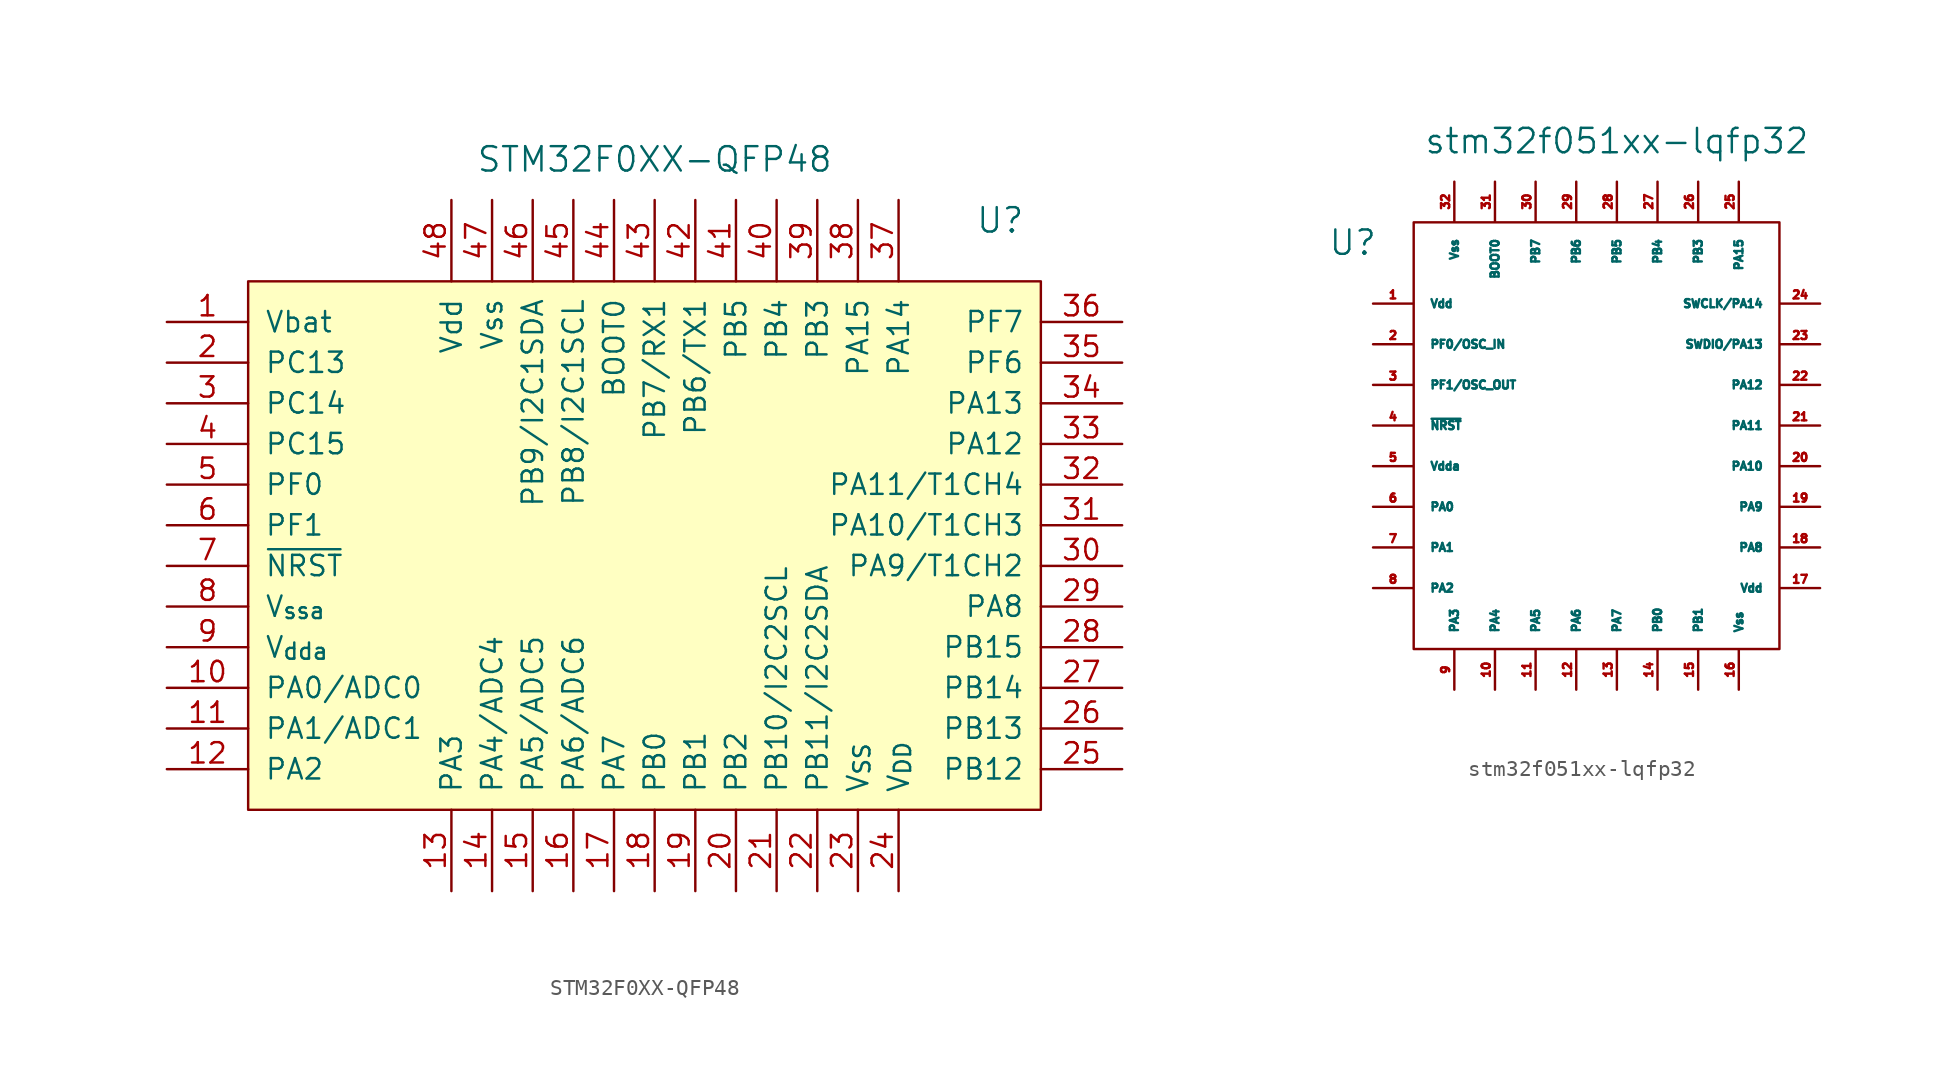
<source format=kicad_sym>
(kicad_symbol_lib
  (version 20231120)
  (generator "kicad_symbol_editor")
  (generator_version "8.0")
  (symbol "STM32F0XX-QFP48"
    (pin_names
      (offset 1.016))
    (property "Reference" "U"
      (at 20.32 20.32 0)
      (effects (font (size 1.524 1.524))))
    (property "Value" "STM32F0XX-QFP48"
      (at -1.27 24.13 0)
      (effects (font (size 1.524 1.524))))
    (symbol "STM32F0XX-QFP48_0_1"
      (rectangle (start -26.67 16.51) (end 22.86 -16.51) (stroke (width 0) (type default)) (fill (type background))))
    (symbol "STM32F0XX-QFP48_1_1"
      (pin bidirectional line (at -31.75 13.97 0) (length 5.08) (name "Vbat" (effects (font (size 1.27 1.27)))) (number "1" (effects (font (size 1.27 1.27)))))
      (pin bidirectional line (at -31.75 -8.89 0) (length 5.08) (name "PA0/ADC0" (effects (font (size 1.27 1.27)))) (number "10" (effects (font (size 1.27 1.27)))))
      (pin bidirectional line (at -31.75 -11.43 0) (length 5.08) (name "PA1/ADC1" (effects (font (size 1.27 1.27)))) (number "11" (effects (font (size 1.27 1.27)))))
      (pin bidirectional line (at -31.75 -13.97 0) (length 5.08) (name "PA2" (effects (font (size 1.27 1.27)))) (number "12" (effects (font (size 1.27 1.27)))))
      (pin bidirectional line (at -13.97 -21.59 90) (length 5.08) (name "PA3" (effects (font (size 1.27 1.27)))) (number "13" (effects (font (size 1.27 1.27)))))
      (pin bidirectional line (at -11.43 -21.59 90) (length 5.08) (name "PA4/ADC4" (effects (font (size 1.27 1.27)))) (number "14" (effects (font (size 1.27 1.27)))))
      (pin bidirectional line (at -8.89 -21.59 90) (length 5.08) (name "PA5/ADC5" (effects (font (size 1.27 1.27)))) (number "15" (effects (font (size 1.27 1.27)))))
      (pin bidirectional line (at -6.35 -21.59 90) (length 5.08) (name "PA6/ADC6" (effects (font (size 1.27 1.27)))) (number "16" (effects (font (size 1.27 1.27)))))
      (pin bidirectional line (at -3.81 -21.59 90) (length 5.08) (name "PA7" (effects (font (size 1.27 1.27)))) (number "17" (effects (font (size 1.27 1.27)))))
      (pin bidirectional line (at -1.27 -21.59 90) (length 5.08) (name "PB0" (effects (font (size 1.27 1.27)))) (number "18" (effects (font (size 1.27 1.27)))))
      (pin bidirectional line (at 1.27 -21.59 90) (length 5.08) (name "PB1" (effects (font (size 1.27 1.27)))) (number "19" (effects (font (size 1.27 1.27)))))
      (pin bidirectional line (at -31.75 11.43 0) (length 5.08) (name "PC13" (effects (font (size 1.27 1.27)))) (number "2" (effects (font (size 1.27 1.27)))))
      (pin bidirectional line (at 3.81 -21.59 90) (length 5.08) (name "PB2" (effects (font (size 1.27 1.27)))) (number "20" (effects (font (size 1.27 1.27)))))
      (pin bidirectional line (at 6.35 -21.59 90) (length 5.08) (name "PB10/I2C2SCL" (effects (font (size 1.27 1.27)))) (number "21" (effects (font (size 1.27 1.27)))))
      (pin bidirectional line (at 8.89 -21.59 90) (length 5.08) (name "PB11/I2C2SDA" (effects (font (size 1.27 1.27)))) (number "22" (effects (font (size 1.27 1.27)))))
      (pin power_in line (at 11.43 -21.59 90) (length 5.08) (name "V_{SS}" (effects (font (size 1.27 1.27)))) (number "23" (effects (font (size 1.27 1.27)))))
      (pin power_in line (at 13.97 -21.59 90) (length 5.08) (name "V_{DD}" (effects (font (size 1.27 1.27)))) (number "24" (effects (font (size 1.27 1.27)))))
      (pin bidirectional line (at 27.94 -13.97 180) (length 5.08) (name "PB12" (effects (font (size 1.27 1.27)))) (number "25" (effects (font (size 1.27 1.27)))))
      (pin bidirectional line (at 27.94 -11.43 180) (length 5.08) (name "PB13" (effects (font (size 1.27 1.27)))) (number "26" (effects (font (size 1.27 1.27)))))
      (pin bidirectional line (at 27.94 -8.89 180) (length 5.08) (name "PB14" (effects (font (size 1.27 1.27)))) (number "27" (effects (font (size 1.27 1.27)))))
      (pin bidirectional line (at 27.94 -6.35 180) (length 5.08) (name "PB15" (effects (font (size 1.27 1.27)))) (number "28" (effects (font (size 1.27 1.27)))))
      (pin bidirectional line (at 27.94 -3.81 180) (length 5.08) (name "PA8" (effects (font (size 1.27 1.27)))) (number "29" (effects (font (size 1.27 1.27)))))
      (pin bidirectional line (at -31.75 8.89 0) (length 5.08) (name "PC14" (effects (font (size 1.27 1.27)))) (number "3" (effects (font (size 1.27 1.27)))))
      (pin bidirectional line (at 27.94 -1.27 180) (length 5.08) (name "PA9/T1CH2" (effects (font (size 1.27 1.27)))) (number "30" (effects (font (size 1.27 1.27)))))
      (pin bidirectional line (at 27.94 1.27 180) (length 5.08) (name "PA10/T1CH3" (effects (font (size 1.27 1.27)))) (number "31" (effects (font (size 1.27 1.27)))))
      (pin bidirectional line (at 27.94 3.81 180) (length 5.08) (name "PA11/T1CH4" (effects (font (size 1.27 1.27)))) (number "32" (effects (font (size 1.27 1.27)))))
      (pin bidirectional line (at 27.94 6.35 180) (length 5.08) (name "PA12" (effects (font (size 1.27 1.27)))) (number "33" (effects (font (size 1.27 1.27)))))
      (pin bidirectional line (at 27.94 8.89 180) (length 5.08) (name "PA13" (effects (font (size 1.27 1.27)))) (number "34" (effects (font (size 1.27 1.27)))))
      (pin bidirectional line (at 27.94 11.43 180) (length 5.08) (name "PF6" (effects (font (size 1.27 1.27)))) (number "35" (effects (font (size 1.27 1.27)))))
      (pin bidirectional line (at 27.94 13.97 180) (length 5.08) (name "PF7" (effects (font (size 1.27 1.27)))) (number "36" (effects (font (size 1.27 1.27)))))
      (pin bidirectional line (at 13.97 21.59 270) (length 5.08) (name "PA14" (effects (font (size 1.27 1.27)))) (number "37" (effects (font (size 1.27 1.27)))))
      (pin bidirectional line (at 11.43 21.59 270) (length 5.08) (name "PA15" (effects (font (size 1.27 1.27)))) (number "38" (effects (font (size 1.27 1.27)))))
      (pin bidirectional line (at 8.89 21.59 270) (length 5.08) (name "PB3" (effects (font (size 1.27 1.27)))) (number "39" (effects (font (size 1.27 1.27)))))
      (pin bidirectional line (at -31.75 6.35 0) (length 5.08) (name "PC15" (effects (font (size 1.27 1.27)))) (number "4" (effects (font (size 1.27 1.27)))))
      (pin bidirectional line (at 6.35 21.59 270) (length 5.08) (name "PB4" (effects (font (size 1.27 1.27)))) (number "40" (effects (font (size 1.27 1.27)))))
      (pin bidirectional line (at 3.81 21.59 270) (length 5.08) (name "PB5" (effects (font (size 1.27 1.27)))) (number "41" (effects (font (size 1.27 1.27)))))
      (pin bidirectional line (at 1.27 21.59 270) (length 5.08) (name "PB6/TX1" (effects (font (size 1.27 1.27)))) (number "42" (effects (font (size 1.27 1.27)))))
      (pin bidirectional line (at -1.27 21.59 270) (length 5.08) (name "PB7/RX1" (effects (font (size 1.27 1.27)))) (number "43" (effects (font (size 1.27 1.27)))))
      (pin input line (at -3.81 21.59 270) (length 5.08) (name "BOOT0" (effects (font (size 1.27 1.27)))) (number "44" (effects (font (size 1.27 1.27)))))
      (pin bidirectional line (at -6.35 21.59 270) (length 5.08) (name "PB8/I2C1SCL" (effects (font (size 1.27 1.27)))) (number "45" (effects (font (size 1.27 1.27)))))
      (pin bidirectional line (at -8.89 21.59 270) (length 5.08) (name "PB9/I2C1SDA" (effects (font (size 1.27 1.27)))) (number "46" (effects (font (size 1.27 1.27)))))
      (pin power_in line (at -11.43 21.59 270) (length 5.08) (name "Vss" (effects (font (size 1.27 1.27)))) (number "47" (effects (font (size 1.27 1.27)))))
      (pin power_in line (at -13.97 21.59 270) (length 5.08) (name "Vdd" (effects (font (size 1.27 1.27)))) (number "48" (effects (font (size 1.27 1.27)))))
      (pin bidirectional line (at -31.75 3.81 0) (length 5.08) (name "PF0" (effects (font (size 1.27 1.27)))) (number "5" (effects (font (size 1.27 1.27)))))
      (pin bidirectional line (at -31.75 1.27 0) (length 5.08) (name "PF1" (effects (font (size 1.27 1.27)))) (number "6" (effects (font (size 1.27 1.27)))))
      (pin input line (at -31.75 -1.27 0) (length 5.08) (name "~{NRST}" (effects (font (size 1.27 1.27)))) (number "7" (effects (font (size 1.27 1.27)))))
      (pin power_in line (at -31.75 -3.81 0) (length 5.08) (name "V_{ssa}" (effects (font (size 1.27 1.27)))) (number "8" (effects (font (size 1.27 1.27)))))
      (pin power_in line (at -31.75 -6.35 0) (length 5.08) (name "V_{dda}" (effects (font (size 1.27 1.27)))) (number "9" (effects (font (size 1.27 1.27)))))))
  (symbol "stm32f051xx-lqfp32"
    (pin_names
      (offset 1.016))
    (property "Reference" "U"
      (at -15.24 13.97 0)
      (effects (font (size 1.524 1.524))))
    (property "Value" "stm32f051xx-lqfp32"
      (at 1.27 20.32 0)
      (effects (font (size 1.524 1.524))))
    (symbol "stm32f051xx-lqfp32_0_1"
      (rectangle (start -11.43 15.24) (end 11.43 -11.43) (stroke (width 0) (type default)) (fill (type none))))
    (symbol "stm32f051xx-lqfp32_1_1"
      (pin power_in line (at -13.97 10.16 0) (length 2.489) (name "Vdd" (effects (font (size 0.508 0.508)))) (number "1" (effects (font (size 0.508 0.508)))))
      (pin bidirectional line (at -6.35 -13.97 90) (length 2.489) (name "PA4" (effects (font (size 0.508 0.508)))) (number "10" (effects (font (size 0.508 0.508)))))
      (pin bidirectional line (at -3.81 -13.97 90) (length 2.489) (name "PA5" (effects (font (size 0.508 0.508)))) (number "11" (effects (font (size 0.508 0.508)))))
      (pin bidirectional line (at -1.27 -13.97 90) (length 2.489) (name "PA6" (effects (font (size 0.508 0.508)))) (number "12" (effects (font (size 0.508 0.508)))))
      (pin bidirectional line (at 1.27 -13.97 90) (length 2.489) (name "PA7" (effects (font (size 0.508 0.508)))) (number "13" (effects (font (size 0.508 0.508)))))
      (pin bidirectional line (at 3.81 -13.97 90) (length 2.489) (name "PB0" (effects (font (size 0.508 0.508)))) (number "14" (effects (font (size 0.508 0.508)))))
      (pin bidirectional line (at 6.35 -13.97 90) (length 2.489) (name "PB1" (effects (font (size 0.508 0.508)))) (number "15" (effects (font (size 0.508 0.508)))))
      (pin power_in line (at 8.89 -13.97 90) (length 2.489) (name "Vss" (effects (font (size 0.508 0.508)))) (number "16" (effects (font (size 0.508 0.508)))))
      (pin power_in line (at 13.97 -7.62 180) (length 2.489) (name "Vdd" (effects (font (size 0.508 0.508)))) (number "17" (effects (font (size 0.508 0.508)))))
      (pin bidirectional line (at 13.97 -5.08 180) (length 2.489) (name "PA8" (effects (font (size 0.508 0.508)))) (number "18" (effects (font (size 0.508 0.508)))))
      (pin bidirectional line (at 13.97 -2.54 180) (length 2.489) (name "PA9" (effects (font (size 0.508 0.508)))) (number "19" (effects (font (size 0.508 0.508)))))
      (pin bidirectional line (at -13.97 7.62 0) (length 2.489) (name "PF0/OSC_IN" (effects (font (size 0.508 0.508)))) (number "2" (effects (font (size 0.508 0.508)))))
      (pin bidirectional line (at 13.97 0 180) (length 2.489) (name "PA10" (effects (font (size 0.508 0.508)))) (number "20" (effects (font (size 0.508 0.508)))))
      (pin bidirectional line (at 13.97 2.54 180) (length 2.489) (name "PA11" (effects (font (size 0.508 0.508)))) (number "21" (effects (font (size 0.508 0.508)))))
      (pin bidirectional line (at 13.97 5.08 180) (length 2.489) (name "PA12" (effects (font (size 0.508 0.508)))) (number "22" (effects (font (size 0.508 0.508)))))
      (pin bidirectional line (at 13.97 7.62 180) (length 2.489) (name "SWDIO/PA13" (effects (font (size 0.508 0.508)))) (number "23" (effects (font (size 0.508 0.508)))))
      (pin bidirectional line (at 13.97 10.16 180) (length 2.489) (name "SWCLK/PA14" (effects (font (size 0.508 0.508)))) (number "24" (effects (font (size 0.508 0.508)))))
      (pin bidirectional line (at 8.89 17.78 270) (length 2.489) (name "PA15" (effects (font (size 0.508 0.508)))) (number "25" (effects (font (size 0.508 0.508)))))
      (pin bidirectional line (at 6.35 17.78 270) (length 2.489) (name "PB3" (effects (font (size 0.508 0.508)))) (number "26" (effects (font (size 0.508 0.508)))))
      (pin bidirectional line (at 3.81 17.78 270) (length 2.489) (name "PB4" (effects (font (size 0.508 0.508)))) (number "27" (effects (font (size 0.508 0.508)))))
      (pin bidirectional line (at 1.27 17.78 270) (length 2.489) (name "PB5" (effects (font (size 0.508 0.508)))) (number "28" (effects (font (size 0.508 0.508)))))
      (pin bidirectional line (at -1.27 17.78 270) (length 2.489) (name "PB6" (effects (font (size 0.508 0.508)))) (number "29" (effects (font (size 0.508 0.508)))))
      (pin bidirectional line (at -13.97 5.08 0) (length 2.489) (name "PF1/OSC_OUT" (effects (font (size 0.508 0.508)))) (number "3" (effects (font (size 0.508 0.508)))))
      (pin bidirectional line (at -3.81 17.78 270) (length 2.489) (name "PB7" (effects (font (size 0.508 0.508)))) (number "30" (effects (font (size 0.508 0.508)))))
      (pin input line (at -6.35 17.78 270) (length 2.489) (name "BOOT0" (effects (font (size 0.508 0.508)))) (number "31" (effects (font (size 0.508 0.508)))))
      (pin power_in line (at -8.89 17.78 270) (length 2.489) (name "Vss" (effects (font (size 0.508 0.508)))) (number "32" (effects (font (size 0.508 0.508)))))
      (pin input line (at -13.97 2.54 0) (length 2.489) (name "~{NRST}" (effects (font (size 0.508 0.508)))) (number "4" (effects (font (size 0.508 0.508)))))
      (pin power_in line (at -13.97 0 0) (length 2.489) (name "Vdda" (effects (font (size 0.508 0.508)))) (number "5" (effects (font (size 0.508 0.508)))))
      (pin bidirectional line (at -13.97 -2.54 0) (length 2.489) (name "PA0" (effects (font (size 0.508 0.508)))) (number "6" (effects (font (size 0.508 0.508)))))
      (pin bidirectional line (at -13.97 -5.08 0) (length 2.489) (name "PA1" (effects (font (size 0.508 0.508)))) (number "7" (effects (font (size 0.508 0.508)))))
      (pin bidirectional line (at -13.97 -7.62 0) (length 2.489) (name "PA2" (effects (font (size 0.508 0.508)))) (number "8" (effects (font (size 0.508 0.508)))))
      (pin bidirectional line (at -8.89 -13.97 90) (length 2.489) (name "PA3" (effects (font (size 0.508 0.508)))) (number "9" (effects (font (size 0.508 0.508))))))))
</source>
